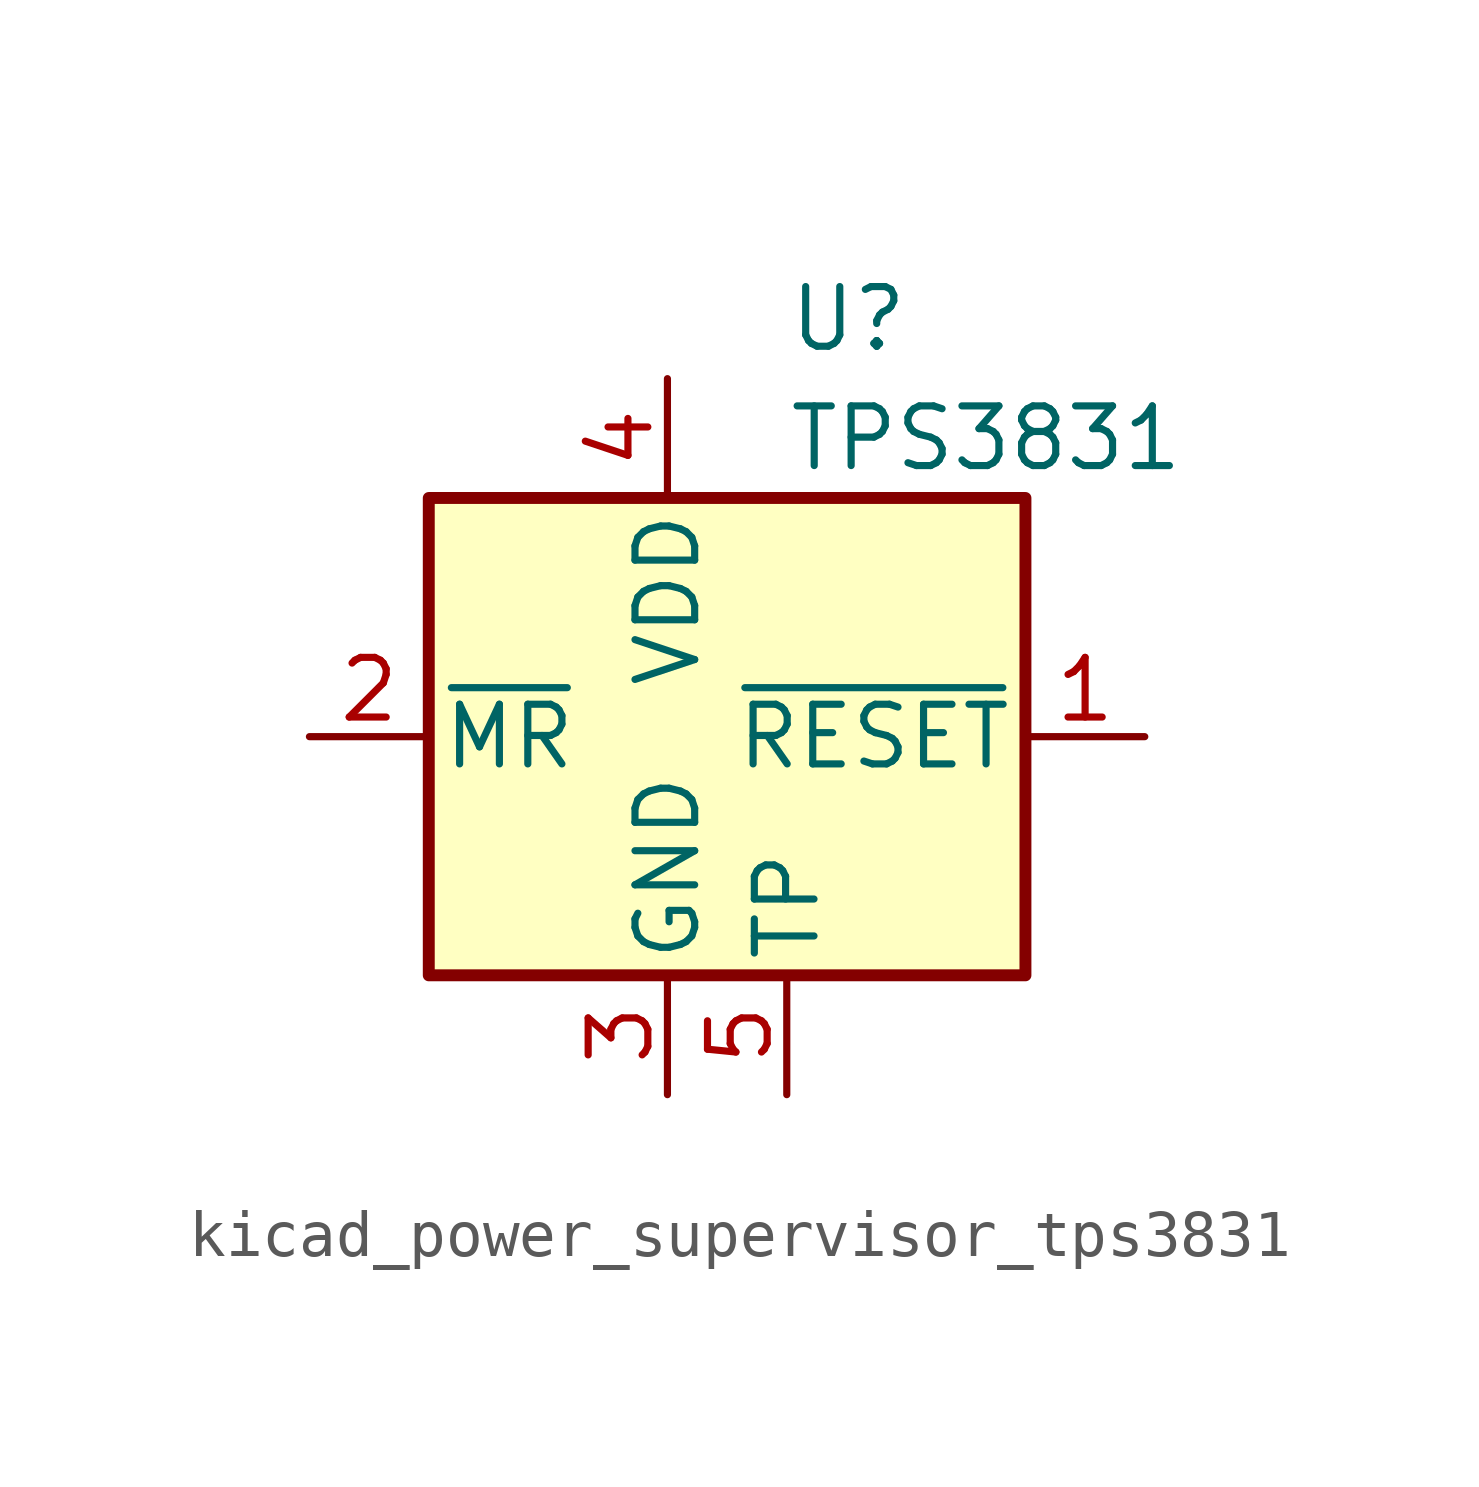
<source format=kicad_sym>
(kicad_symbol_lib
  (version 20220914)
  (generator kicad_symbol_editor)
  (symbol "kicad_power_supervisor_tps3831"
    (pin_names
      (offset 0.254))
    (property "Reference" "U"
      (at 2.54 8.89 0)
      (effects (font (size 1.27 1.27)) (justify left)))
    (property "Value" "TPS3831"
      (at 2.54 6.35 0)
      (effects (font (size 1.27 1.27)) (justify left)))
    (symbol "kicad_power_supervisor_tps3831_0_1"
      (rectangle (start -5.08 5.08) (end 7.62 -5.08) (stroke (width 0.254) (type default)) (fill (type background))))
    (symbol "kicad_power_supervisor_tps3831_1_1"
      (pin output line (at 10.16 0 180) (length 2.54) (name "~{RESET}" (effects (font (size 1.27 1.27)))) (number "1" (effects (font (size 1.27 1.27)))))
      (pin input line (at -7.62 0 0) (length 2.54) (name "~{MR}" (effects (font (size 1.27 1.27)))) (number "2" (effects (font (size 1.27 1.27)))))
      (pin power_in line (at 0 -7.62 90) (length 2.54) (name "GND" (effects (font (size 1.27 1.27)))) (number "3" (effects (font (size 1.27 1.27)))))
      (pin power_in line (at 0 7.62 270) (length 2.54) (name "VDD" (effects (font (size 1.27 1.27)))) (number "4" (effects (font (size 1.27 1.27)))))
      (pin power_in line (at 2.54 -7.62 90) (length 2.54) (name "TP" (effects (font (size 1.27 1.27)))) (number "5" (effects (font (size 1.27 1.27))))))))
</source>
